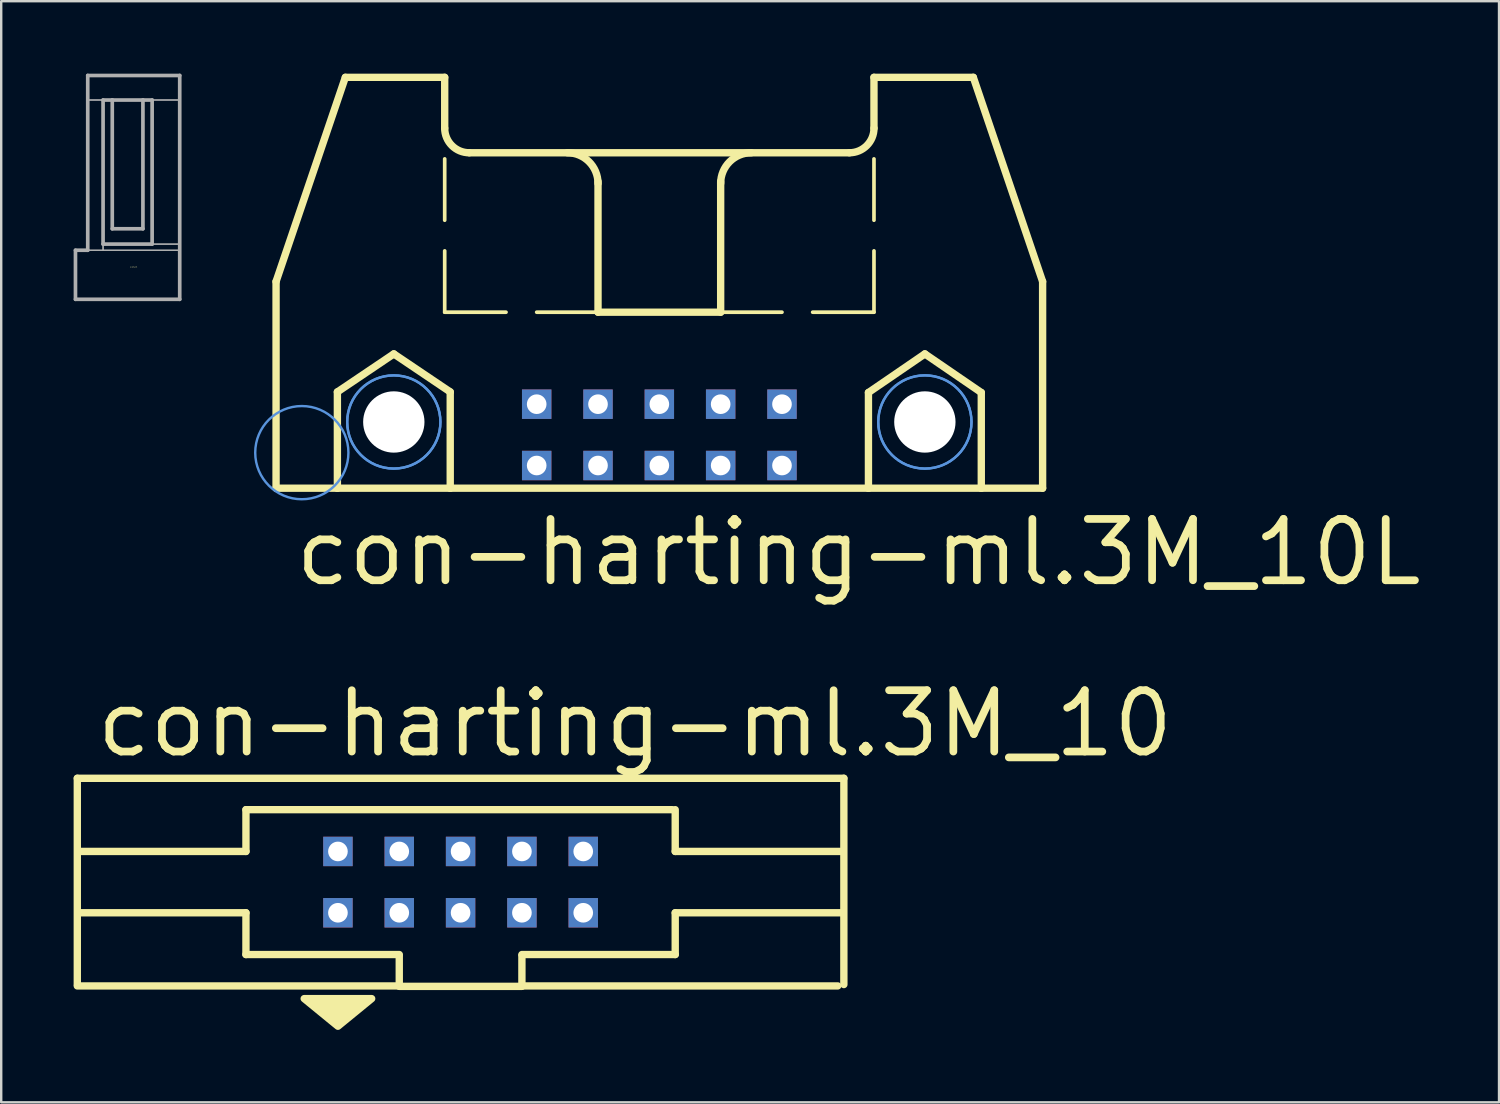
<source format=kicad_pcb>
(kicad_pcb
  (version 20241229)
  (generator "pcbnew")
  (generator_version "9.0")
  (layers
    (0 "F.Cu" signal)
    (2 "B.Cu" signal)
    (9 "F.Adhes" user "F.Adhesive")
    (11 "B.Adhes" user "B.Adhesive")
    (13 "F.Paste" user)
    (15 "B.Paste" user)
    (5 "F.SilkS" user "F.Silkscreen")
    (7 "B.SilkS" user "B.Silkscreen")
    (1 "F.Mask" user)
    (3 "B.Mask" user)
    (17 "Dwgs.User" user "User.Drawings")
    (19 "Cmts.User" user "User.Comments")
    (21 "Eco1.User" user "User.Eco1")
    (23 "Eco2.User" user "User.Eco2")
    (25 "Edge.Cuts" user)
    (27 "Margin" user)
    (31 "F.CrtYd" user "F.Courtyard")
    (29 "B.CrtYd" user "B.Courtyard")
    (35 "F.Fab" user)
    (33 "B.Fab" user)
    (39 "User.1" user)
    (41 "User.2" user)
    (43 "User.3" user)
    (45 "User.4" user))
  (footprint "con-harting-ml.3M_10L"
    (layer "F.Cu")
    (at 24.259 11.151)
    (property "Reference" "con-harting-ml.3M_10L" (at -15.24 10.16 0) (layer "F.SilkS") (effects (font (size 2.54 2.54) (thickness 0.32)) (justify left bottom)))
    (attr through_hole)
    (fp_line (start -15.875 -2.54) (end -15.875 6.02) (stroke (width 0.305) (type default)) (layer "F.SilkS"))
    (fp_line (start -15.875 -2.54) (end -13.005 -10.998) (stroke (width 0.305) (type default)) (layer "F.SilkS"))
    (fp_line (start -15.875 6.02) (end -13.335 6.02) (stroke (width 0.305) (type default)) (layer "F.SilkS"))
    (fp_line (start -13.335 2.032) (end -10.998 0.457) (stroke (width 0.305) (type default)) (layer "F.SilkS"))
    (fp_line (start -13.335 6.02) (end -13.335 2.032) (stroke (width 0.305) (type default)) (layer "F.SilkS"))
    (fp_line (start -13.335 6.02) (end -8.661 6.02) (stroke (width 0.305) (type default)) (layer "F.SilkS"))
    (fp_line (start -10.998 0.457) (end -8.661 2.032) (stroke (width 0.305) (type default)) (layer "F.SilkS"))
    (fp_line (start -8.89 -10.998) (end -13.005 -10.998) (stroke (width 0.305) (type default)) (layer "F.SilkS"))
    (fp_line (start -8.89 -8.89) (end -8.89 -10.998) (stroke (width 0.305) (type default)) (layer "F.SilkS"))
    (fp_line (start -8.89 -5.08) (end -8.89 -7.62) (stroke (width 0.152) (type default)) (layer "F.SilkS"))
    (fp_line (start -8.89 -1.27) (end -8.89 -3.81) (stroke (width 0.152) (type default)) (layer "F.SilkS"))
    (fp_line (start -8.89 -1.27) (end -6.35 -1.27) (stroke (width 0.152) (type default)) (layer "F.SilkS"))
    (fp_line (start -8.661 2.032) (end -8.661 6.02) (stroke (width 0.305) (type default)) (layer "F.SilkS"))
    (fp_line (start -8.661 6.02) (end 8.661 6.02) (stroke (width 0.305) (type default)) (layer "F.SilkS"))
    (fp_line (start -7.874 -7.874) (end 7.874 -7.874) (stroke (width 0.305) (type default)) (layer "F.SilkS"))
    (fp_line (start -5.08 -1.27) (end -2.54 -1.27) (stroke (width 0.152) (type default)) (layer "F.SilkS"))
    (fp_line (start -2.54 -1.27) (end -2.54 -6.68) (stroke (width 0.305) (type default)) (layer "F.SilkS"))
    (fp_line (start 0 -1.27) (end 2.54 -1.27) (stroke (width 0.152) (type default)) (layer "F.SilkS"))
    (fp_line (start 2.54 -1.27) (end -2.54 -1.27) (stroke (width 0.305) (type default)) (layer "F.SilkS"))
    (fp_line (start 2.54 -1.27) (end 2.54 -6.68) (stroke (width 0.305) (type default)) (layer "F.SilkS"))
    (fp_line (start 5.08 -1.27) (end 2.54 -1.27) (stroke (width 0.152) (type default)) (layer "F.SilkS"))
    (fp_line (start 8.661 2.057) (end 10.998 0.457) (stroke (width 0.305) (type default)) (layer "F.SilkS"))
    (fp_line (start 8.661 6.02) (end 8.661 2.057) (stroke (width 0.305) (type default)) (layer "F.SilkS"))
    (fp_line (start 8.661 6.02) (end 13.335 6.02) (stroke (width 0.305) (type default)) (layer "F.SilkS"))
    (fp_line (start 8.89 -10.998) (end 13.005 -10.998) (stroke (width 0.305) (type default)) (layer "F.SilkS"))
    (fp_line (start 8.89 -8.89) (end 8.89 -10.998) (stroke (width 0.305) (type default)) (layer "F.SilkS"))
    (fp_line (start 8.89 -5.08) (end 8.89 -7.62) (stroke (width 0.152) (type default)) (layer "F.SilkS"))
    (fp_line (start 8.89 -1.27) (end 6.35 -1.27) (stroke (width 0.152) (type default)) (layer "F.SilkS"))
    (fp_line (start 8.89 -1.27) (end 8.89 -3.81) (stroke (width 0.152) (type default)) (layer "F.SilkS"))
    (fp_line (start 10.998 0.457) (end 13.335 2.057) (stroke (width 0.305) (type default)) (layer "F.SilkS"))
    (fp_line (start 13.335 2.057) (end 13.335 6.02) (stroke (width 0.305) (type default)) (layer "F.SilkS"))
    (fp_line (start 13.335 6.02) (end 15.875 6.02) (stroke (width 0.305) (type default)) (layer "F.SilkS"))
    (fp_line (start 15.875 -2.54) (end 13.005 -10.998) (stroke (width 0.305) (type default)) (layer "F.SilkS"))
    (fp_line (start 15.875 6.02) (end 15.875 -2.54) (stroke (width 0.305) (type default)) (layer "F.SilkS"))
    (fp_arc (start -7.874 -7.874) (mid -8.59242 -8.17158) (end -8.89 -8.89) (stroke (width 0.3048) (type default)) (layer "F.SilkS"))
    (fp_arc (start -3.81 -7.874) (mid -2.911974 -7.502026) (end -2.54 -6.604) (stroke (width 0.3048) (type default)) (layer "F.SilkS"))
    (fp_arc (start 2.54 -6.604) (mid 2.911974 -7.502026) (end 3.81 -7.874) (stroke (width 0.3048) (type default)) (layer "F.SilkS"))
    (fp_arc (start 8.89 -8.89) (mid 8.59242 -8.17158) (end 7.874 -7.874) (stroke (width 0.3048) (type default)) (layer "F.SilkS"))
    (fp_circle (center -14.808 4.547) (end -12.878 4.547) (stroke (width 0.1) (type default)) (fill no) (layer "Cmts.User"))
    (fp_circle (center -10.998 3.277) (end -9.068 3.277) (stroke (width 0.1) (type default)) (fill no) (layer "Cmts.User"))
    (fp_circle (center -10.998 3.277) (end -9.068 3.277) (stroke (width 0.1) (type default)) (fill no) (layer "Cmts.User"))
    (fp_circle (center 10.998 3.277) (end 12.929 3.277) (stroke (width 0.1) (type default)) (fill no) (layer "Cmts.User"))
    (fp_circle (center 10.998 3.277) (end 12.929 3.277) (stroke (width 0.1) (type default)) (fill no) (layer "Cmts.User"))
    (pad "" np_thru_hole circle (at -10.998 3.277) (size 2.54 2.54) (drill 2.54) (layers "*.Cu" "*.Mask"))
    (pad "" np_thru_hole circle (at 10.998 3.277) (size 2.54 2.54) (drill 2.54) (layers "*.Cu" "*.Mask"))
    (pad "1" thru_hole rect (at -5.08 5.08) (size 1.219 1.219) (drill 0.813) (layers "*.Cu" "*.Mask"))
    (pad "2" thru_hole rect (at -5.08 2.54) (size 1.219 1.219) (drill 0.813) (layers "*.Cu" "*.Mask"))
    (pad "3" thru_hole rect (at -2.54 5.08) (size 1.219 1.219) (drill 0.813) (layers "*.Cu" "*.Mask"))
    (pad "4" thru_hole rect (at -2.54 2.54) (size 1.219 1.219) (drill 0.813) (layers "*.Cu" "*.Mask"))
    (pad "5" thru_hole rect (at 0 5.08) (size 1.219 1.219) (drill 0.813) (layers "*.Cu" "*.Mask"))
    (pad "6" thru_hole rect (at 0 2.54) (size 1.219 1.219) (drill 0.813) (layers "*.Cu" "*.Mask"))
    (pad "7" thru_hole rect (at 2.54 5.08) (size 1.219 1.219) (drill 0.813) (layers "*.Cu" "*.Mask"))
    (pad "8" thru_hole rect (at 2.54 2.54) (size 1.219 1.219) (drill 0.813) (layers "*.Cu" "*.Mask"))
    (pad "9" thru_hole rect (at 5.08 5.08) (size 1.219 1.219) (drill 0.813) (layers "*.Cu" "*.Mask"))
    (pad "10" thru_hole rect (at 5.08 2.54) (size 1.219 1.219) (drill 0.813) (layers "*.Cu" "*.Mask")))
  (footprint "con-harting-h.POL"
    (layer "F.Cu")
    (at 2.235 4.521)
    (property "Reference" "con-harting-h.POL" (at 0.1 3.5 0) (layer "F.SilkS") (effects (font (size 0.02 0.02)) (justify left bottom)))
    (fp_line (start -2.159 2.794) (end -2.159 4.826) (stroke (width 0.152) (type default)) (layer "F.Fab"))
    (fp_line (start -2.159 4.826) (end 2.159 4.826) (stroke (width 0.152) (type default)) (layer "F.Fab"))
    (fp_line (start -1.651 -4.445) (end -1.651 2.794) (stroke (width 0.152) (type default)) (layer "F.Fab"))
    (fp_line (start -1.651 2.794) (end -2.159 2.794) (stroke (width 0.152) (type default)) (layer "F.Fab"))
    (fp_line (start -1.016 -3.429) (end -1.016 2.54) (stroke (width 0.152) (type default)) (layer "F.Fab"))
    (fp_line (start -1.016 2.54) (end 1.016 2.54) (stroke (width 0.152) (type default)) (layer "F.Fab"))
    (fp_line (start -0.635 -3.429) (end -1.016 -3.429) (stroke (width 0.152) (type default)) (layer "F.Fab"))
    (fp_line (start -0.635 -3.429) (end -0.635 1.905) (stroke (width 0.152) (type default)) (layer "F.Fab"))
    (fp_line (start -0.635 1.905) (end 0.635 1.905) (stroke (width 0.152) (type default)) (layer "F.Fab"))
    (fp_line (start 0.635 -3.429) (end -0.635 -3.429) (stroke (width 0.152) (type default)) (layer "F.Fab"))
    (fp_line (start 0.635 1.905) (end 0.635 -3.429) (stroke (width 0.152) (type default)) (layer "F.Fab"))
    (fp_line (start 1.016 -3.429) (end 0.635 -3.429) (stroke (width 0.152) (type default)) (layer "F.Fab"))
    (fp_line (start 1.016 2.54) (end 1.016 -3.429) (stroke (width 0.152) (type default)) (layer "F.Fab"))
    (fp_line (start 2.159 -4.445) (end -1.651 -4.445) (stroke (width 0.152) (type default)) (layer "F.Fab"))
    (fp_line (start 2.159 4.826) (end 2.159 -4.445) (stroke (width 0.152) (type default)) (layer "F.Fab"))
    (fp_rect (start -2.159 4.826) (end 2.159 2.794) (stroke (width 0.05) (type default)) (fill no) (layer "F.Fab"))
    (fp_rect (start -1.651 -3.429) (end 2.159 -4.445) (stroke (width 0.05) (type default)) (fill no) (layer "F.Fab"))
    (fp_rect (start -1.651 2.794) (end -1.016 -3.429) (stroke (width 0.05) (type default)) (fill no) (layer "F.Fab"))
    (fp_rect (start -1.016 2.794) (end 2.159 2.54) (stroke (width 0.05) (type default)) (fill no) (layer "F.Fab"))
    (fp_rect (start -0.635 1.905) (end 0.635 -3.429) (stroke (width 0.05) (type default)) (fill no) (layer "F.Fab"))
    (fp_rect (start 1.016 2.54) (end 2.159 -3.429) (stroke (width 0.05) (type default)) (fill no) (layer "F.Fab")))
  (footprint "con-harting-ml.3M_10"
    (layer "F.Cu")
    (at 16.027 33.486)
    (property "Reference" "con-harting-ml.3M_10" (at -15.24 -5.08 0) (layer "F.SilkS") (effects (font (size 2.54 2.54) (thickness 0.32)) (justify left bottom)))
    (attr through_hole)
    (fp_line (start -15.875 -4.3) (end -15.875 4.242) (stroke (width 0.305) (type default)) (layer "F.SilkS"))
    (fp_line (start -15.875 4.3) (end -2.54 4.3) (stroke (width 0.305) (type default)) (layer "F.SilkS"))
    (fp_line (start -8.89 -1.27) (end -15.748 -1.27) (stroke (width 0.305) (type default)) (layer "F.SilkS"))
    (fp_line (start -8.89 -1.27) (end -8.89 -3) (stroke (width 0.305) (type default)) (layer "F.SilkS"))
    (fp_line (start -8.89 1.27) (end -15.748 1.27) (stroke (width 0.305) (type default)) (layer "F.SilkS"))
    (fp_line (start -8.89 3) (end -8.89 1.27) (stroke (width 0.305) (type default)) (layer "F.SilkS"))
    (fp_line (start -2.54 3) (end -8.89 3) (stroke (width 0.305) (type default)) (layer "F.SilkS"))
    (fp_line (start -2.54 4.3) (end -2.54 3.048) (stroke (width 0.305) (type default)) (layer "F.SilkS"))
    (fp_line (start -2.54 4.318) (end 2.54 4.318) (stroke (width 0.305) (type default)) (layer "F.SilkS"))
    (fp_line (start 2.54 3.048) (end 2.54 4.3) (stroke (width 0.305) (type default)) (layer "F.SilkS"))
    (fp_line (start 2.54 4.3) (end 15.621 4.3) (stroke (width 0.305) (type default)) (layer "F.SilkS"))
    (fp_line (start 8.763 -3) (end -8.89 -3) (stroke (width 0.305) (type default)) (layer "F.SilkS"))
    (fp_line (start 8.89 -1.27) (end 8.89 -3) (stroke (width 0.305) (type default)) (layer "F.SilkS"))
    (fp_line (start 8.89 -1.27) (end 15.748 -1.27) (stroke (width 0.305) (type default)) (layer "F.SilkS"))
    (fp_line (start 8.89 1.27) (end 15.748 1.27) (stroke (width 0.305) (type default)) (layer "F.SilkS"))
    (fp_line (start 8.89 3) (end 2.54 3) (stroke (width 0.305) (type default)) (layer "F.SilkS"))
    (fp_line (start 8.89 3) (end 8.89 1.27) (stroke (width 0.305) (type default)) (layer "F.SilkS"))
    (fp_line (start 15.875 -4.3) (end -15.875 -4.3) (stroke (width 0.305) (type default)) (layer "F.SilkS"))
    (fp_line (start 15.875 4.242) (end 15.875 -4.3) (stroke (width 0.305) (type default)) (layer "F.SilkS"))
    (fp_poly (pts (xy -6.477 4.826) (xy -3.683 4.826) (xy -5.08 5.969)) (stroke (width 0.305) (type default)) (fill yes) (layer "F.SilkS"))
    (pad "1" thru_hole rect (at -5.08 1.27) (size 1.219 1.219) (drill 0.813) (layers "*.Cu" "*.Mask"))
    (pad "2" thru_hole rect (at -5.08 -1.27) (size 1.219 1.219) (drill 0.813) (layers "*.Cu" "*.Mask"))
    (pad "3" thru_hole rect (at -2.54 1.27) (size 1.219 1.219) (drill 0.813) (layers "*.Cu" "*.Mask"))
    (pad "4" thru_hole rect (at -2.54 -1.27) (size 1.219 1.219) (drill 0.813) (layers "*.Cu" "*.Mask"))
    (pad "5" thru_hole rect (at 0 1.27) (size 1.219 1.219) (drill 0.813) (layers "*.Cu" "*.Mask"))
    (pad "6" thru_hole rect (at 0 -1.27) (size 1.219 1.219) (drill 0.813) (layers "*.Cu" "*.Mask"))
    (pad "7" thru_hole rect (at 2.54 1.27) (size 1.219 1.219) (drill 0.813) (layers "*.Cu" "*.Mask"))
    (pad "8" thru_hole rect (at 2.54 -1.27) (size 1.219 1.219) (drill 0.813) (layers "*.Cu" "*.Mask"))
    (pad "9" thru_hole rect (at 5.08 1.27) (size 1.219 1.219) (drill 0.813) (layers "*.Cu" "*.Mask"))
    (pad "10" thru_hole rect (at 5.08 -1.27) (size 1.219 1.219) (drill 0.813) (layers "*.Cu" "*.Mask")))
  (gr_rect
    (start -3 -3)
    (end 59.038 42.607)
    (stroke (width 0.1) (type default))
    (fill no)
    (layer "Edge.Cuts")))
</source>
